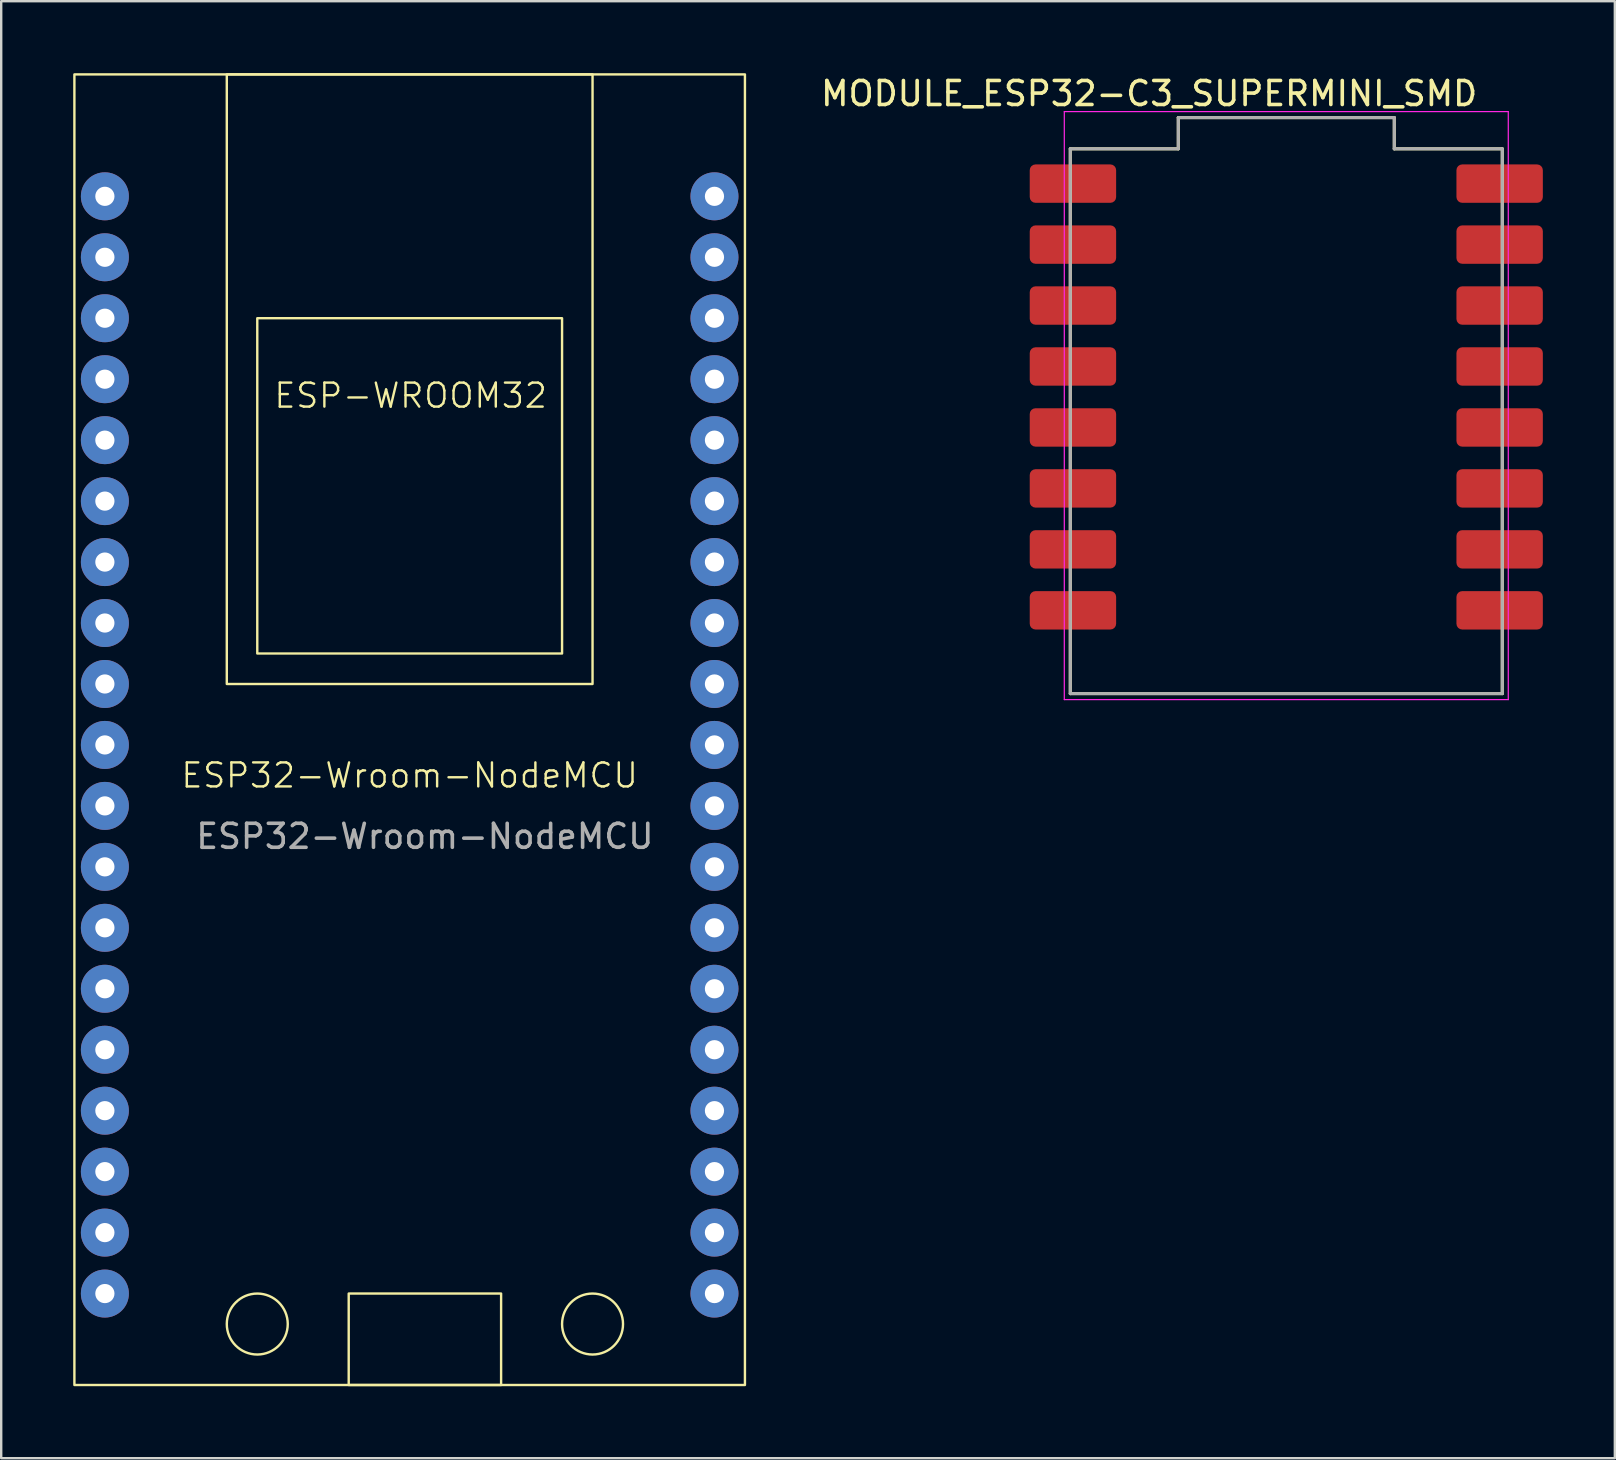
<source format=kicad_pcb>
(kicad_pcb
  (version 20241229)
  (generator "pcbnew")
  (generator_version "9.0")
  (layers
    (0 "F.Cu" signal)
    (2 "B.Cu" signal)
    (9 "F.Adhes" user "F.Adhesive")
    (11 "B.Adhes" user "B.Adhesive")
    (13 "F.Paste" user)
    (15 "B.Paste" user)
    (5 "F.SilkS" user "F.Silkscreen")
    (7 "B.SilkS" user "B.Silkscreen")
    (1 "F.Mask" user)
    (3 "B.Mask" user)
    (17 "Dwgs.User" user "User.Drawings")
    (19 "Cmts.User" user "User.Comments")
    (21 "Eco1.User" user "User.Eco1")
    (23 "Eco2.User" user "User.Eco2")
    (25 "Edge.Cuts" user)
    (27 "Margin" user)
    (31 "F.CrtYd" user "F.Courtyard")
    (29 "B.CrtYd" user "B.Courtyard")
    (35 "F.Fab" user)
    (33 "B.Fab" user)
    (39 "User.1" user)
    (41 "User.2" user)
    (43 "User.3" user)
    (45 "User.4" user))
  (footprint "MODULE_ESP32-C3_SUPERMINI_SMD"
    (layer "F.Cu")
    (at 50.547 14.501)
    (property "Reference" "MODULE_ESP32-C3_SUPERMINI_SMD" (at -5.715 -13.652 0) (layer "F.SilkS") (effects (font (size 1 1) (thickness 0.15))))
    (attr smd)
    (fp_line (start -9 11.35) (end -9 -11.35) (stroke (width 0.127) (type solid)) (layer "F.SilkS"))
    (fp_line (start -4.5 -12.65) (end -4.5 -11.35) (stroke (width 0.127) (type solid)) (layer "F.SilkS"))
    (fp_line (start -4.5 -11.35) (end -9 -11.35) (stroke (width 0.127) (type solid)) (layer "F.SilkS"))
    (fp_line (start 4.5 -12.65) (end -4.5 -12.65) (stroke (width 0.127) (type solid)) (layer "F.SilkS"))
    (fp_line (start 4.5 -12.65) (end 4.5 -11.35) (stroke (width 0.127) (type solid)) (layer "F.SilkS"))
    (fp_line (start 9 -11.35) (end 4.5 -11.35) (stroke (width 0.127) (type solid)) (layer "F.SilkS"))
    (fp_line (start 9 11.35) (end -9 11.35) (stroke (width 0.127) (type solid)) (layer "F.SilkS"))
    (fp_line (start 9 11.35) (end 9 -11.35) (stroke (width 0.127) (type solid)) (layer "F.SilkS"))
    (fp_line (start -9.25 -12.9) (end 9.25 -12.9) (stroke (width 0.05) (type solid)) (layer "F.CrtYd"))
    (fp_line (start -9.25 11.6) (end -9.25 -12.9) (stroke (width 0.05) (type solid)) (layer "F.CrtYd"))
    (fp_line (start 9.25 -12.9) (end 9.25 11.6) (stroke (width 0.05) (type solid)) (layer "F.CrtYd"))
    (fp_line (start 9.25 11.6) (end -9.25 11.6) (stroke (width 0.05) (type solid)) (layer "F.CrtYd"))
    (fp_line (start -9 11.35) (end -9 -11.35) (stroke (width 0.127) (type solid)) (layer "F.Fab"))
    (fp_line (start -4.5 -12.65) (end -4.5 -11.35) (stroke (width 0.127) (type solid)) (layer "F.Fab"))
    (fp_line (start -4.5 -11.35) (end -9 -11.35) (stroke (width 0.127) (type solid)) (layer "F.Fab"))
    (fp_line (start 4.5 -12.65) (end -4.5 -12.65) (stroke (width 0.127) (type solid)) (layer "F.Fab"))
    (fp_line (start 4.5 -12.65) (end 4.5 -11.35) (stroke (width 0.127) (type solid)) (layer "F.Fab"))
    (fp_line (start 9 -11.35) (end 4.5 -11.35) (stroke (width 0.127) (type solid)) (layer "F.Fab"))
    (fp_line (start 9 11.35) (end -9 11.35) (stroke (width 0.127) (type solid)) (layer "F.Fab"))
    (fp_line (start 9 11.35) (end 9 -11.35) (stroke (width 0.127) (type solid)) (layer "F.Fab"))
    (pad "0" smd roundrect (at 8.89 7.88) (size 3.6 1.6) (layers "F.Cu" "F.Mask" "F.Paste") (roundrect_rratio 0.15))
    (pad "1" smd roundrect (at 8.89 5.34) (size 3.6 1.6) (layers "F.Cu" "F.Mask" "F.Paste") (roundrect_rratio 0.15))
    (pad "2" smd roundrect (at 8.89 2.8) (size 3.6 1.6) (layers "F.Cu" "F.Mask" "F.Paste") (roundrect_rratio 0.15))
    (pad "3" smd roundrect (at 8.89 0.26) (size 3.6 1.6) (layers "F.Cu" "F.Mask" "F.Paste") (roundrect_rratio 0.15))
    (pad "3.3" smd roundrect (at 8.89 -4.82) (size 3.6 1.6) (layers "F.Cu" "F.Mask" "F.Paste") (roundrect_rratio 0.15))
    (pad "4" smd roundrect (at 8.89 -2.28) (size 3.6 1.6) (layers "F.Cu" "F.Mask" "F.Paste") (roundrect_rratio 0.15))
    (pad "5" smd roundrect (at -8.89 -9.9) (size 3.6 1.6) (layers "F.Cu" "F.Mask" "F.Paste") (roundrect_rratio 0.15))
    (pad "5V" smd roundrect (at 8.89 -9.9) (size 3.6 1.6) (layers "F.Cu" "F.Mask" "F.Paste") (roundrect_rratio 0.15))
    (pad "6" smd roundrect (at -8.89 -7.36) (size 3.6 1.6) (layers "F.Cu" "F.Mask" "F.Paste") (roundrect_rratio 0.15))
    (pad "7" smd roundrect (at -8.89 -4.82) (size 3.6 1.6) (layers "F.Cu" "F.Mask" "F.Paste") (roundrect_rratio 0.15))
    (pad "8" smd roundrect (at -8.89 -2.28) (size 3.6 1.6) (layers "F.Cu" "F.Mask" "F.Paste") (roundrect_rratio 0.15))
    (pad "9" smd roundrect (at -8.89 0.26) (size 3.6 1.6) (layers "F.Cu" "F.Mask" "F.Paste") (roundrect_rratio 0.15))
    (pad "10" smd roundrect (at -8.89 2.8) (size 3.6 1.6) (layers "F.Cu" "F.Mask" "F.Paste") (roundrect_rratio 0.15))
    (pad "20" smd roundrect (at -8.89 5.34) (size 3.6 1.6) (layers "F.Cu" "F.Mask" "F.Paste") (roundrect_rratio 0.15))
    (pad "21" smd roundrect (at -8.89 7.88) (size 3.6 1.6) (layers "F.Cu" "F.Mask" "F.Paste") (roundrect_rratio 0.15))
    (pad "G" smd roundrect (at 8.89 -7.36) (size 3.6 1.6) (layers "F.Cu" "F.Mask" "F.Paste") (roundrect_rratio 0.15)))
  (footprint "ESP32-Wroom-NodeMCU"
    (layer "F.Cu")
    (at 1.32 50.85)
    (property "Reference" "ESP32-Wroom-NodeMCU" (at 12.7 -21.59 0) (unlocked yes) (layer "F.SilkS") (effects (font (size 1 1) (thickness 0.1))))
    (attr through_hole)
    (fp_rect (start -1.27 -50.8) (end 26.67 3.81) (stroke (width 0.1) (type default)) (fill no) (layer "F.SilkS"))
    (fp_rect (start 5.08 -50.8) (end 20.32 -25.4) (stroke (width 0.1) (type default)) (fill no) (layer "F.SilkS"))
    (fp_rect (start 6.35 -40.64) (end 19.05 -26.67) (stroke (width 0.1) (type default)) (fill no) (layer "F.SilkS"))
    (fp_rect (start 10.16 0) (end 16.51 3.81) (stroke (width 0.1) (type default)) (fill no) (layer "F.SilkS"))
    (fp_circle (center 6.35 1.27) (end 7.62 1.27) (stroke (width 0.1) (type default)) (fill no) (layer "F.SilkS"))
    (fp_circle (center 20.32 1.27) (end 21.59 1.27) (stroke (width 0.1) (type default)) (fill no) (layer "F.SilkS"))
    (fp_text user "ESP-WROOM32" (at 6.985 -36.83 0) (unlocked yes) (layer "F.SilkS") (effects (font (size 1 1) (thickness 0.1)) (justify left bottom)))
    (fp_text user "${REFERENCE}" (at 13.335 -19.05 0) (unlocked yes) (layer "F.Fab") (effects (font (size 1 1) (thickness 0.15))))
    (pad "1" thru_hole circle (at 0 0) (size 2 2) (drill 0.8) (layers "*.Cu" "*.Mask"))
    (pad "2" thru_hole circle (at 0 -2.54) (size 2 2) (drill 0.8) (layers "*.Cu" "*.Mask"))
    (pad "3" thru_hole circle (at 0 -5.08) (size 2 2) (drill 0.8) (layers "*.Cu" "*.Mask"))
    (pad "4" thru_hole circle (at 0 -7.62) (size 2 2) (drill 0.8) (layers "*.Cu" "*.Mask"))
    (pad "5" thru_hole circle (at 0 -10.16) (size 2 2) (drill 0.8) (layers "*.Cu" "*.Mask"))
    (pad "6" thru_hole circle (at 0 -12.7) (size 2 2) (drill 0.8) (layers "*.Cu" "*.Mask"))
    (pad "6" thru_hole circle (at 25.4 -45.72) (size 2 2) (drill 0.8) (layers "*.Cu" "*.Mask"))
    (pad "6" thru_hole circle (at 25.4 -30.48) (size 2 2) (drill 0.8) (layers "*.Cu" "*.Mask"))
    (pad "7" thru_hole circle (at 0 -15.24) (size 2 2) (drill 0.8) (layers "*.Cu" "*.Mask"))
    (pad "8" thru_hole circle (at 0 -17.78) (size 2 2) (drill 0.8) (layers "*.Cu" "*.Mask"))
    (pad "9" thru_hole circle (at 0 -20.32) (size 2 2) (drill 0.8) (layers "*.Cu" "*.Mask"))
    (pad "10" thru_hole circle (at 0 -22.86) (size 2 2) (drill 0.8) (layers "*.Cu" "*.Mask"))
    (pad "11" thru_hole circle (at 0 -25.4) (size 2 2) (drill 0.8) (layers "*.Cu" "*.Mask"))
    (pad "12" thru_hole circle (at 0 -27.94) (size 2 2) (drill 0.8) (layers "*.Cu" "*.Mask"))
    (pad "13" thru_hole circle (at 0 -30.48) (size 2 2) (drill 0.8) (layers "*.Cu" "*.Mask"))
    (pad "14" thru_hole circle (at 0 -33.02) (size 2 2) (drill 0.8) (layers "*.Cu" "*.Mask"))
    (pad "15" thru_hole circle (at 0 -35.56) (size 2 2) (drill 0.8) (layers "*.Cu" "*.Mask"))
    (pad "16" thru_hole circle (at 0 -38.1) (size 2 2) (drill 0.8) (layers "*.Cu" "*.Mask"))
    (pad "17" thru_hole circle (at 0 -40.64) (size 2 2) (drill 0.8) (layers "*.Cu" "*.Mask"))
    (pad "18" thru_hole circle (at 0 -43.18) (size 2 2) (drill 0.8) (layers "*.Cu" "*.Mask"))
    (pad "19" thru_hole circle (at 0 -45.72) (size 2 2) (drill 0.8) (layers "*.Cu" "*.Mask"))
    (pad "20" thru_hole circle (at 25.4 0) (size 2 2) (drill 0.8) (layers "*.Cu" "*.Mask"))
    (pad "21" thru_hole circle (at 25.4 -2.54) (size 2 2) (drill 0.8) (layers "*.Cu" "*.Mask"))
    (pad "22" thru_hole circle (at 25.4 -5.08) (size 2 2) (drill 0.8) (layers "*.Cu" "*.Mask"))
    (pad "23" thru_hole circle (at 25.4 -7.62) (size 2 2) (drill 0.8) (layers "*.Cu" "*.Mask"))
    (pad "24" thru_hole circle (at 25.4 -10.16) (size 2 2) (drill 0.8) (layers "*.Cu" "*.Mask"))
    (pad "25" thru_hole circle (at 25.4 -12.7) (size 2 2) (drill 0.8) (layers "*.Cu" "*.Mask"))
    (pad "26" thru_hole circle (at 25.4 -15.24) (size 2 2) (drill 0.8) (layers "*.Cu" "*.Mask"))
    (pad "27" thru_hole circle (at 25.4 -17.78) (size 2 2) (drill 0.8) (layers "*.Cu" "*.Mask"))
    (pad "28" thru_hole circle (at 25.4 -20.32) (size 2 2) (drill 0.8) (layers "*.Cu" "*.Mask"))
    (pad "29" thru_hole circle (at 25.4 -22.86) (size 2 2) (drill 0.8) (layers "*.Cu" "*.Mask"))
    (pad "30" thru_hole circle (at 25.4 -25.4) (size 2 2) (drill 0.8) (layers "*.Cu" "*.Mask"))
    (pad "31" thru_hole circle (at 25.4 -27.94) (size 2 2) (drill 0.8) (layers "*.Cu" "*.Mask"))
    (pad "33" thru_hole circle (at 25.4 -33.02) (size 2 2) (drill 0.8) (layers "*.Cu" "*.Mask"))
    (pad "34" thru_hole circle (at 25.4 -35.56) (size 2 2) (drill 0.8) (layers "*.Cu" "*.Mask"))
    (pad "35" thru_hole circle (at 25.4 -38.1) (size 2 2) (drill 0.8) (layers "*.Cu" "*.Mask"))
    (pad "36" thru_hole circle (at 25.4 -40.64) (size 2 2) (drill 0.8) (layers "*.Cu" "*.Mask"))
    (pad "37" thru_hole circle (at 25.4 -43.18) (size 2 2) (drill 0.8) (layers "*.Cu" "*.Mask")))
  (gr_rect
    (start -3 -3)
    (end 64.237 57.71)
    (stroke (width 0.1) (type default))
    (fill no)
    (layer "Edge.Cuts")))
</source>
